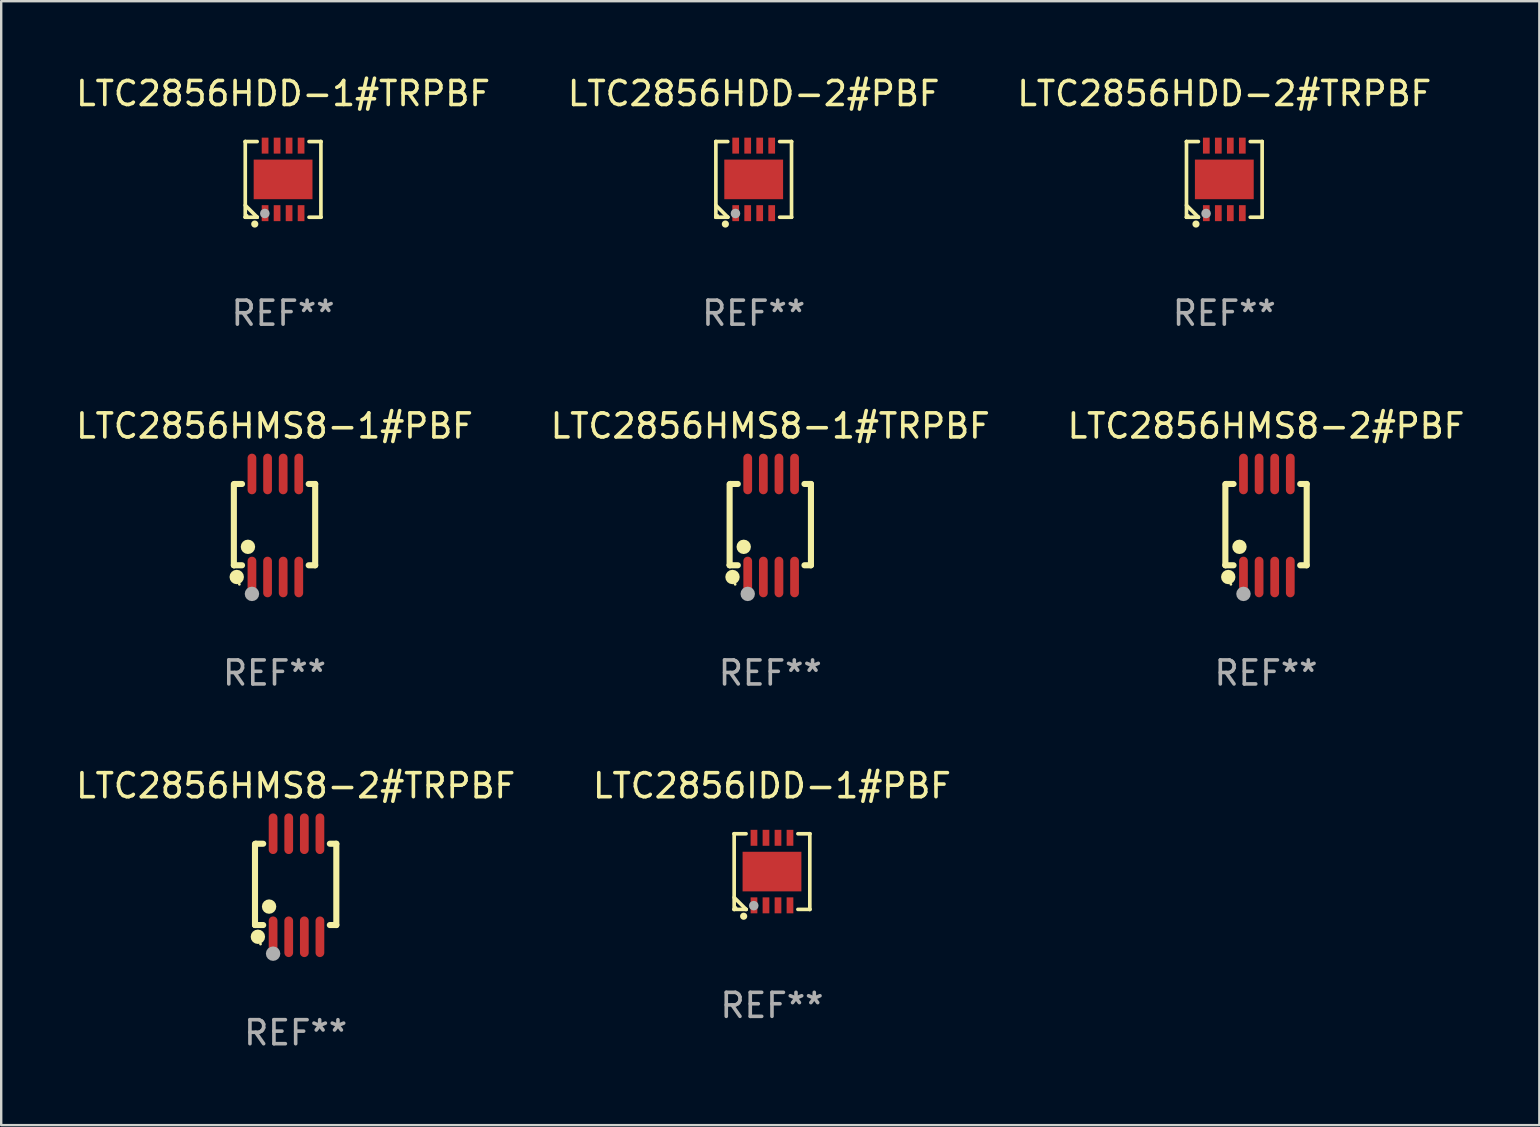
<source format=kicad_pcb>
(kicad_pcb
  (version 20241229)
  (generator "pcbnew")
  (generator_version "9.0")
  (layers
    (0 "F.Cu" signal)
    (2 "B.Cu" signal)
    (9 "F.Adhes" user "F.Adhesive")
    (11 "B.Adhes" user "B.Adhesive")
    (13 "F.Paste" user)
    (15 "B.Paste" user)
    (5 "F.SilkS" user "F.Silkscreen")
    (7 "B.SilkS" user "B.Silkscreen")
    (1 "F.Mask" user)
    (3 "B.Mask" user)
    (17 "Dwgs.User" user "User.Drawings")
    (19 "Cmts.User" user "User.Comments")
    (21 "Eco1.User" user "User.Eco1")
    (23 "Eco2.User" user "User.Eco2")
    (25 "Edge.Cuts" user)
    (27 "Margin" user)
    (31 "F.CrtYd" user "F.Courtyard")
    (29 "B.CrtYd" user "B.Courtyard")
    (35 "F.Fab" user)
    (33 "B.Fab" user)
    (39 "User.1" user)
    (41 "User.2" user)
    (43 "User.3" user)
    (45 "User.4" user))
  (footprint "LTC2856HMS8-1#TRPBF"
    (layer "F.Cu")
    (at 29.042 18.843)
    (property "Reference" "LTC2856HMS8-1#TRPBF" (at 0 -4.146 0) (layer "F.SilkS") (effects (font (size 1 1) (thickness 0.15))))
    (attr through_hole)
    (fp_line (start -1.694 -1.724) (end -1.694 1.652) (stroke (width 0.254) (type solid)) (layer "F.SilkS"))
    (fp_line (start -1.694 1.652) (end -1.688 1.658) (stroke (width 0.254) (type solid)) (layer "F.SilkS"))
    (fp_line (start -1.688 1.658) (end -1.353 1.658) (stroke (width 0.254) (type solid)) (layer "F.SilkS"))
    (fp_line (start -1.661 -1.73) (end -1.681 -1.71) (stroke (width 0.254) (type solid)) (layer "F.SilkS"))
    (fp_line (start -1.353 -1.73) (end -1.661 -1.73) (stroke (width 0.254) (type solid)) (layer "F.SilkS"))
    (fp_line (start 1.424 1.658) (end 1.694 1.658) (stroke (width 0.254) (type solid)) (layer "F.SilkS"))
    (fp_line (start 1.694 -1.73) (end 1.424 -1.73) (stroke (width 0.254) (type solid)) (layer "F.SilkS"))
    (fp_line (start 1.694 1.658) (end 1.694 -1.73) (stroke (width 0.254) (type solid)) (layer "F.SilkS"))
    (fp_circle (center -1.574 2.146) (end -1.424 2.146) (stroke (width 0.3) (type solid)) (fill no) (layer "F.SilkS"))
    (fp_circle (center -1.464 2.45) (end -1.434 2.45) (stroke (width 0.06) (type solid)) (fill no) (layer "F.SilkS"))
    (fp_circle (center -1.107 0.889) (end -0.957 0.889) (stroke (width 0.3) (type solid)) (fill no) (layer "F.SilkS"))
    (fp_circle (center -0.94 2.85) (end -0.789 2.85) (stroke (width 0.3) (type solid)) (fill no) (layer "F.Fab"))
    (fp_text user "REF**" (at 0 6.146 0) (layer "F.Fab") (effects (font (size 1 1) (thickness 0.15))))
    (pad "1" smd oval (at -0.94 2.146) (size 0.364 1.692) (layers "F.Cu" "F.Mask" "F.Paste"))
    (pad "2" smd oval (at -0.289 2.146) (size 0.364 1.692) (layers "F.Cu" "F.Mask" "F.Paste"))
    (pad "3" smd oval (at 0.361 2.146) (size 0.364 1.692) (layers "F.Cu" "F.Mask" "F.Paste"))
    (pad "4" smd oval (at 1.011 2.146) (size 0.364 1.692) (layers "F.Cu" "F.Mask" "F.Paste"))
    (pad "5" smd oval (at 1.011 -2.146) (size 0.364 1.692) (layers "F.Cu" "F.Mask" "F.Paste"))
    (pad "6" smd oval (at 0.361 -2.146) (size 0.364 1.692) (layers "F.Cu" "F.Mask" "F.Paste"))
    (pad "7" smd oval (at -0.289 -2.146) (size 0.364 1.692) (layers "F.Cu" "F.Mask" "F.Paste"))
    (pad "8" smd oval (at -0.94 -2.146) (size 0.364 1.692) (layers "F.Cu" "F.Mask" "F.Paste")))
  (footprint "LTC2856HMS8-2#TRPBF"
    (layer "F.Cu")
    (at 9.268 33.832)
    (property "Reference" "LTC2856HMS8-2#TRPBF" (at 0 -4.146 0) (layer "F.SilkS") (effects (font (size 1 1) (thickness 0.15))))
    (attr through_hole)
    (fp_line (start -1.694 -1.724) (end -1.694 1.652) (stroke (width 0.254) (type solid)) (layer "F.SilkS"))
    (fp_line (start -1.694 1.652) (end -1.688 1.658) (stroke (width 0.254) (type solid)) (layer "F.SilkS"))
    (fp_line (start -1.688 1.658) (end -1.353 1.658) (stroke (width 0.254) (type solid)) (layer "F.SilkS"))
    (fp_line (start -1.661 -1.73) (end -1.681 -1.71) (stroke (width 0.254) (type solid)) (layer "F.SilkS"))
    (fp_line (start -1.353 -1.73) (end -1.661 -1.73) (stroke (width 0.254) (type solid)) (layer "F.SilkS"))
    (fp_line (start 1.424 1.658) (end 1.694 1.658) (stroke (width 0.254) (type solid)) (layer "F.SilkS"))
    (fp_line (start 1.694 -1.73) (end 1.424 -1.73) (stroke (width 0.254) (type solid)) (layer "F.SilkS"))
    (fp_line (start 1.694 1.658) (end 1.694 -1.73) (stroke (width 0.254) (type solid)) (layer "F.SilkS"))
    (fp_circle (center -1.574 2.146) (end -1.424 2.146) (stroke (width 0.3) (type solid)) (fill no) (layer "F.SilkS"))
    (fp_circle (center -1.464 2.45) (end -1.434 2.45) (stroke (width 0.06) (type solid)) (fill no) (layer "F.SilkS"))
    (fp_circle (center -1.107 0.889) (end -0.957 0.889) (stroke (width 0.3) (type solid)) (fill no) (layer "F.SilkS"))
    (fp_circle (center -0.94 2.85) (end -0.789 2.85) (stroke (width 0.3) (type solid)) (fill no) (layer "F.Fab"))
    (fp_text user "REF**" (at 0 6.146 0) (layer "F.Fab") (effects (font (size 1 1) (thickness 0.15))))
    (pad "1" smd oval (at -0.94 2.146) (size 0.364 1.692) (layers "F.Cu" "F.Mask" "F.Paste"))
    (pad "2" smd oval (at -0.289 2.146) (size 0.364 1.692) (layers "F.Cu" "F.Mask" "F.Paste"))
    (pad "3" smd oval (at 0.361 2.146) (size 0.364 1.692) (layers "F.Cu" "F.Mask" "F.Paste"))
    (pad "4" smd oval (at 1.011 2.146) (size 0.364 1.692) (layers "F.Cu" "F.Mask" "F.Paste"))
    (pad "5" smd oval (at 1.011 -2.146) (size 0.364 1.692) (layers "F.Cu" "F.Mask" "F.Paste"))
    (pad "6" smd oval (at 0.361 -2.146) (size 0.364 1.692) (layers "F.Cu" "F.Mask" "F.Paste"))
    (pad "7" smd oval (at -0.289 -2.146) (size 0.364 1.692) (layers "F.Cu" "F.Mask" "F.Paste"))
    (pad "8" smd oval (at -0.94 -2.146) (size 0.364 1.692) (layers "F.Cu" "F.Mask" "F.Paste")))
  (footprint "LTC2856HDD-2#PBF"
    (layer "F.Cu")
    (at 28.351 4.424)
    (property "Reference" "LTC2856HDD-2#PBF" (at 0 -3.576 0) (layer "F.SilkS") (effects (font (size 1 1) (thickness 0.15))))
    (attr through_hole)
    (fp_line (start -1.576 -1.576) (end -1.576 -1.576) (stroke (width 0.152) (type solid)) (layer "F.SilkS"))
    (fp_line (start -1.576 -1.576) (end -1.08 -1.576) (stroke (width 0.152) (type solid)) (layer "F.SilkS"))
    (fp_line (start -1.576 1.576) (end -1.576 -1.576) (stroke (width 0.152) (type solid)) (layer "F.SilkS"))
    (fp_line (start -1.576 1.576) (end -1.576 1.576) (stroke (width 0.152) (type solid)) (layer "F.SilkS"))
    (fp_line (start -1.08 1.575) (end -1.576 1.079) (stroke (width 0.152) (type solid)) (layer "F.SilkS"))
    (fp_line (start -1.08 1.576) (end -1.576 1.576) (stroke (width 0.152) (type solid)) (layer "F.SilkS"))
    (fp_line (start -1.08 1.576) (end -1.08 1.575) (stroke (width 0.152) (type solid)) (layer "F.SilkS"))
    (fp_line (start 1.08 1.576) (end 1.576 1.576) (stroke (width 0.152) (type solid)) (layer "F.SilkS"))
    (fp_line (start 1.576 -1.576) (end 1.08 -1.576) (stroke (width 0.152) (type solid)) (layer "F.SilkS"))
    (fp_line (start 1.576 -1.576) (end 1.576 -1.576) (stroke (width 0.152) (type solid)) (layer "F.SilkS"))
    (fp_line (start 1.576 1.576) (end 1.576 -1.576) (stroke (width 0.152) (type solid)) (layer "F.SilkS"))
    (fp_line (start 1.576 1.576) (end 1.576 1.576) (stroke (width 0.152) (type solid)) (layer "F.SilkS"))
    (fp_circle (center -1.5 1.5) (end -1.47 1.5) (stroke (width 0.06) (type solid)) (fill no) (layer "F.SilkS"))
    (fp_circle (center -1.18 1.86) (end -1.105 1.86) (stroke (width 0.15) (type solid)) (fill no) (layer "F.SilkS"))
    (fp_circle (center -0.76 1.42) (end -0.66 1.42) (stroke (width 0.2) (type solid)) (fill no) (layer "F.Fab"))
    (fp_text user "REF**" (at 0 5.576 0) (layer "F.Fab") (effects (font (size 1 1) (thickness 0.15))))
    (pad "1" smd rect (at -0.75 1.407) (size 0.28 0.665) (layers "F.Cu" "F.Mask" "F.Paste"))
    (pad "2" smd rect (at -0.25 1.407) (size 0.28 0.665) (layers "F.Cu" "F.Mask" "F.Paste"))
    (pad "3" smd rect (at 0.25 1.407) (size 0.28 0.665) (layers "F.Cu" "F.Mask" "F.Paste"))
    (pad "4" smd rect (at 0.75 1.407) (size 0.28 0.665) (layers "F.Cu" "F.Mask" "F.Paste"))
    (pad "5" smd rect (at 0.75 -1.407) (size 0.28 0.665) (layers "F.Cu" "F.Mask" "F.Paste"))
    (pad "6" smd rect (at 0.25 -1.407) (size 0.28 0.665) (layers "F.Cu" "F.Mask" "F.Paste"))
    (pad "7" smd rect (at -0.25 -1.407) (size 0.28 0.665) (layers "F.Cu" "F.Mask" "F.Paste"))
    (pad "8" smd rect (at -0.75 -1.407) (size 0.28 0.665) (layers "F.Cu" "F.Mask" "F.Paste"))
    (pad "9" smd rect (at 0 0) (size 2.45 1.65) (layers "F.Cu" "F.Mask" "F.Paste")))
  (footprint "LTC2856IDD-1#PBF"
    (layer "F.Cu")
    (at 29.113 33.262)
    (property "Reference" "LTC2856IDD-1#PBF" (at 0 -3.576 0) (layer "F.SilkS") (effects (font (size 1 1) (thickness 0.15))))
    (attr through_hole)
    (fp_line (start -1.576 -1.576) (end -1.576 -1.576) (stroke (width 0.152) (type solid)) (layer "F.SilkS"))
    (fp_line (start -1.576 -1.576) (end -1.08 -1.576) (stroke (width 0.152) (type solid)) (layer "F.SilkS"))
    (fp_line (start -1.576 1.576) (end -1.576 -1.576) (stroke (width 0.152) (type solid)) (layer "F.SilkS"))
    (fp_line (start -1.576 1.576) (end -1.576 1.576) (stroke (width 0.152) (type solid)) (layer "F.SilkS"))
    (fp_line (start -1.08 1.575) (end -1.576 1.079) (stroke (width 0.152) (type solid)) (layer "F.SilkS"))
    (fp_line (start -1.08 1.576) (end -1.576 1.576) (stroke (width 0.152) (type solid)) (layer "F.SilkS"))
    (fp_line (start -1.08 1.576) (end -1.08 1.575) (stroke (width 0.152) (type solid)) (layer "F.SilkS"))
    (fp_line (start 1.08 1.576) (end 1.576 1.576) (stroke (width 0.152) (type solid)) (layer "F.SilkS"))
    (fp_line (start 1.576 -1.576) (end 1.08 -1.576) (stroke (width 0.152) (type solid)) (layer "F.SilkS"))
    (fp_line (start 1.576 -1.576) (end 1.576 -1.576) (stroke (width 0.152) (type solid)) (layer "F.SilkS"))
    (fp_line (start 1.576 1.576) (end 1.576 -1.576) (stroke (width 0.152) (type solid)) (layer "F.SilkS"))
    (fp_line (start 1.576 1.576) (end 1.576 1.576) (stroke (width 0.152) (type solid)) (layer "F.SilkS"))
    (fp_circle (center -1.5 1.5) (end -1.47 1.5) (stroke (width 0.06) (type solid)) (fill no) (layer "F.SilkS"))
    (fp_circle (center -1.18 1.86) (end -1.105 1.86) (stroke (width 0.15) (type solid)) (fill no) (layer "F.SilkS"))
    (fp_circle (center -0.76 1.42) (end -0.66 1.42) (stroke (width 0.2) (type solid)) (fill no) (layer "F.Fab"))
    (fp_text user "REF**" (at 0 5.576 0) (layer "F.Fab") (effects (font (size 1 1) (thickness 0.15))))
    (pad "1" smd rect (at -0.75 1.407) (size 0.28 0.665) (layers "F.Cu" "F.Mask" "F.Paste"))
    (pad "2" smd rect (at -0.25 1.407) (size 0.28 0.665) (layers "F.Cu" "F.Mask" "F.Paste"))
    (pad "3" smd rect (at 0.25 1.407) (size 0.28 0.665) (layers "F.Cu" "F.Mask" "F.Paste"))
    (pad "4" smd rect (at 0.75 1.407) (size 0.28 0.665) (layers "F.Cu" "F.Mask" "F.Paste"))
    (pad "5" smd rect (at 0.75 -1.407) (size 0.28 0.665) (layers "F.Cu" "F.Mask" "F.Paste"))
    (pad "6" smd rect (at 0.25 -1.407) (size 0.28 0.665) (layers "F.Cu" "F.Mask" "F.Paste"))
    (pad "7" smd rect (at -0.25 -1.407) (size 0.28 0.665) (layers "F.Cu" "F.Mask" "F.Paste"))
    (pad "8" smd rect (at -0.75 -1.407) (size 0.28 0.665) (layers "F.Cu" "F.Mask" "F.Paste"))
    (pad "9" smd rect (at 0 0) (size 2.45 1.65) (layers "F.Cu" "F.Mask" "F.Paste")))
  (footprint "LTC2856HMS8-2#PBF"
    (layer "F.Cu")
    (at 49.696 18.843)
    (property "Reference" "LTC2856HMS8-2#PBF" (at 0 -4.146 0) (layer "F.SilkS") (effects (font (size 1 1) (thickness 0.15))))
    (attr through_hole)
    (fp_line (start -1.694 -1.724) (end -1.694 1.652) (stroke (width 0.254) (type solid)) (layer "F.SilkS"))
    (fp_line (start -1.694 1.652) (end -1.688 1.658) (stroke (width 0.254) (type solid)) (layer "F.SilkS"))
    (fp_line (start -1.688 1.658) (end -1.353 1.658) (stroke (width 0.254) (type solid)) (layer "F.SilkS"))
    (fp_line (start -1.661 -1.73) (end -1.681 -1.71) (stroke (width 0.254) (type solid)) (layer "F.SilkS"))
    (fp_line (start -1.353 -1.73) (end -1.661 -1.73) (stroke (width 0.254) (type solid)) (layer "F.SilkS"))
    (fp_line (start 1.424 1.658) (end 1.694 1.658) (stroke (width 0.254) (type solid)) (layer "F.SilkS"))
    (fp_line (start 1.694 -1.73) (end 1.424 -1.73) (stroke (width 0.254) (type solid)) (layer "F.SilkS"))
    (fp_line (start 1.694 1.658) (end 1.694 -1.73) (stroke (width 0.254) (type solid)) (layer "F.SilkS"))
    (fp_circle (center -1.574 2.146) (end -1.424 2.146) (stroke (width 0.3) (type solid)) (fill no) (layer "F.SilkS"))
    (fp_circle (center -1.464 2.45) (end -1.434 2.45) (stroke (width 0.06) (type solid)) (fill no) (layer "F.SilkS"))
    (fp_circle (center -1.107 0.889) (end -0.957 0.889) (stroke (width 0.3) (type solid)) (fill no) (layer "F.SilkS"))
    (fp_circle (center -0.94 2.85) (end -0.789 2.85) (stroke (width 0.3) (type solid)) (fill no) (layer "F.Fab"))
    (fp_text user "REF**" (at 0 6.146 0) (layer "F.Fab") (effects (font (size 1 1) (thickness 0.15))))
    (pad "1" smd oval (at -0.94 2.146) (size 0.364 1.692) (layers "F.Cu" "F.Mask" "F.Paste"))
    (pad "2" smd oval (at -0.289 2.146) (size 0.364 1.692) (layers "F.Cu" "F.Mask" "F.Paste"))
    (pad "3" smd oval (at 0.361 2.146) (size 0.364 1.692) (layers "F.Cu" "F.Mask" "F.Paste"))
    (pad "4" smd oval (at 1.011 2.146) (size 0.364 1.692) (layers "F.Cu" "F.Mask" "F.Paste"))
    (pad "5" smd oval (at 1.011 -2.146) (size 0.364 1.692) (layers "F.Cu" "F.Mask" "F.Paste"))
    (pad "6" smd oval (at 0.361 -2.146) (size 0.364 1.692) (layers "F.Cu" "F.Mask" "F.Paste"))
    (pad "7" smd oval (at -0.289 -2.146) (size 0.364 1.692) (layers "F.Cu" "F.Mask" "F.Paste"))
    (pad "8" smd oval (at -0.94 -2.146) (size 0.364 1.692) (layers "F.Cu" "F.Mask" "F.Paste")))
  (footprint "LTC2856HDD-1#TRPBF"
    (layer "F.Cu")
    (at 8.744 4.424)
    (property "Reference" "LTC2856HDD-1#TRPBF" (at 0 -3.576 0) (layer "F.SilkS") (effects (font (size 1 1) (thickness 0.15))))
    (attr through_hole)
    (fp_line (start -1.576 -1.576) (end -1.576 -1.576) (stroke (width 0.152) (type solid)) (layer "F.SilkS"))
    (fp_line (start -1.576 -1.576) (end -1.08 -1.576) (stroke (width 0.152) (type solid)) (layer "F.SilkS"))
    (fp_line (start -1.576 1.576) (end -1.576 -1.576) (stroke (width 0.152) (type solid)) (layer "F.SilkS"))
    (fp_line (start -1.576 1.576) (end -1.576 1.576) (stroke (width 0.152) (type solid)) (layer "F.SilkS"))
    (fp_line (start -1.08 1.575) (end -1.576 1.079) (stroke (width 0.152) (type solid)) (layer "F.SilkS"))
    (fp_line (start -1.08 1.576) (end -1.576 1.576) (stroke (width 0.152) (type solid)) (layer "F.SilkS"))
    (fp_line (start -1.08 1.576) (end -1.08 1.575) (stroke (width 0.152) (type solid)) (layer "F.SilkS"))
    (fp_line (start 1.08 1.576) (end 1.576 1.576) (stroke (width 0.152) (type solid)) (layer "F.SilkS"))
    (fp_line (start 1.576 -1.576) (end 1.08 -1.576) (stroke (width 0.152) (type solid)) (layer "F.SilkS"))
    (fp_line (start 1.576 -1.576) (end 1.576 -1.576) (stroke (width 0.152) (type solid)) (layer "F.SilkS"))
    (fp_line (start 1.576 1.576) (end 1.576 -1.576) (stroke (width 0.152) (type solid)) (layer "F.SilkS"))
    (fp_line (start 1.576 1.576) (end 1.576 1.576) (stroke (width 0.152) (type solid)) (layer "F.SilkS"))
    (fp_circle (center -1.5 1.5) (end -1.47 1.5) (stroke (width 0.06) (type solid)) (fill no) (layer "F.SilkS"))
    (fp_circle (center -1.18 1.86) (end -1.105 1.86) (stroke (width 0.15) (type solid)) (fill no) (layer "F.SilkS"))
    (fp_circle (center -0.76 1.42) (end -0.66 1.42) (stroke (width 0.2) (type solid)) (fill no) (layer "F.Fab"))
    (fp_text user "REF**" (at 0 5.576 0) (layer "F.Fab") (effects (font (size 1 1) (thickness 0.15))))
    (pad "1" smd rect (at -0.75 1.407) (size 0.28 0.665) (layers "F.Cu" "F.Mask" "F.Paste"))
    (pad "2" smd rect (at -0.25 1.407) (size 0.28 0.665) (layers "F.Cu" "F.Mask" "F.Paste"))
    (pad "3" smd rect (at 0.25 1.407) (size 0.28 0.665) (layers "F.Cu" "F.Mask" "F.Paste"))
    (pad "4" smd rect (at 0.75 1.407) (size 0.28 0.665) (layers "F.Cu" "F.Mask" "F.Paste"))
    (pad "5" smd rect (at 0.75 -1.407) (size 0.28 0.665) (layers "F.Cu" "F.Mask" "F.Paste"))
    (pad "6" smd rect (at 0.25 -1.407) (size 0.28 0.665) (layers "F.Cu" "F.Mask" "F.Paste"))
    (pad "7" smd rect (at -0.25 -1.407) (size 0.28 0.665) (layers "F.Cu" "F.Mask" "F.Paste"))
    (pad "8" smd rect (at -0.75 -1.407) (size 0.28 0.665) (layers "F.Cu" "F.Mask" "F.Paste"))
    (pad "9" smd rect (at 0 0) (size 2.45 1.65) (layers "F.Cu" "F.Mask" "F.Paste")))
  (footprint "LTC2856HMS8-1#PBF"
    (layer "F.Cu")
    (at 8.387 18.843)
    (property "Reference" "LTC2856HMS8-1#PBF" (at 0 -4.146 0) (layer "F.SilkS") (effects (font (size 1 1) (thickness 0.15))))
    (attr through_hole)
    (fp_line (start -1.694 -1.724) (end -1.694 1.652) (stroke (width 0.254) (type solid)) (layer "F.SilkS"))
    (fp_line (start -1.694 1.652) (end -1.688 1.658) (stroke (width 0.254) (type solid)) (layer "F.SilkS"))
    (fp_line (start -1.688 1.658) (end -1.353 1.658) (stroke (width 0.254) (type solid)) (layer "F.SilkS"))
    (fp_line (start -1.661 -1.73) (end -1.681 -1.71) (stroke (width 0.254) (type solid)) (layer "F.SilkS"))
    (fp_line (start -1.353 -1.73) (end -1.661 -1.73) (stroke (width 0.254) (type solid)) (layer "F.SilkS"))
    (fp_line (start 1.424 1.658) (end 1.694 1.658) (stroke (width 0.254) (type solid)) (layer "F.SilkS"))
    (fp_line (start 1.694 -1.73) (end 1.424 -1.73) (stroke (width 0.254) (type solid)) (layer "F.SilkS"))
    (fp_line (start 1.694 1.658) (end 1.694 -1.73) (stroke (width 0.254) (type solid)) (layer "F.SilkS"))
    (fp_circle (center -1.574 2.146) (end -1.424 2.146) (stroke (width 0.3) (type solid)) (fill no) (layer "F.SilkS"))
    (fp_circle (center -1.464 2.45) (end -1.434 2.45) (stroke (width 0.06) (type solid)) (fill no) (layer "F.SilkS"))
    (fp_circle (center -1.107 0.889) (end -0.957 0.889) (stroke (width 0.3) (type solid)) (fill no) (layer "F.SilkS"))
    (fp_circle (center -0.94 2.85) (end -0.789 2.85) (stroke (width 0.3) (type solid)) (fill no) (layer "F.Fab"))
    (fp_text user "REF**" (at 0 6.146 0) (layer "F.Fab") (effects (font (size 1 1) (thickness 0.15))))
    (pad "1" smd oval (at -0.94 2.146) (size 0.364 1.692) (layers "F.Cu" "F.Mask" "F.Paste"))
    (pad "2" smd oval (at -0.289 2.146) (size 0.364 1.692) (layers "F.Cu" "F.Mask" "F.Paste"))
    (pad "3" smd oval (at 0.361 2.146) (size 0.364 1.692) (layers "F.Cu" "F.Mask" "F.Paste"))
    (pad "4" smd oval (at 1.011 2.146) (size 0.364 1.692) (layers "F.Cu" "F.Mask" "F.Paste"))
    (pad "5" smd oval (at 1.011 -2.146) (size 0.364 1.692) (layers "F.Cu" "F.Mask" "F.Paste"))
    (pad "6" smd oval (at 0.361 -2.146) (size 0.364 1.692) (layers "F.Cu" "F.Mask" "F.Paste"))
    (pad "7" smd oval (at -0.289 -2.146) (size 0.364 1.692) (layers "F.Cu" "F.Mask" "F.Paste"))
    (pad "8" smd oval (at -0.94 -2.146) (size 0.364 1.692) (layers "F.Cu" "F.Mask" "F.Paste")))
  (footprint "LTC2856HDD-2#TRPBF"
    (layer "F.Cu")
    (at 47.958 4.424)
    (property "Reference" "LTC2856HDD-2#TRPBF" (at 0 -3.576 0) (layer "F.SilkS") (effects (font (size 1 1) (thickness 0.15))))
    (attr through_hole)
    (fp_line (start -1.576 -1.576) (end -1.576 -1.576) (stroke (width 0.152) (type solid)) (layer "F.SilkS"))
    (fp_line (start -1.576 -1.576) (end -1.08 -1.576) (stroke (width 0.152) (type solid)) (layer "F.SilkS"))
    (fp_line (start -1.576 1.576) (end -1.576 -1.576) (stroke (width 0.152) (type solid)) (layer "F.SilkS"))
    (fp_line (start -1.576 1.576) (end -1.576 1.576) (stroke (width 0.152) (type solid)) (layer "F.SilkS"))
    (fp_line (start -1.08 1.575) (end -1.576 1.079) (stroke (width 0.152) (type solid)) (layer "F.SilkS"))
    (fp_line (start -1.08 1.576) (end -1.576 1.576) (stroke (width 0.152) (type solid)) (layer "F.SilkS"))
    (fp_line (start -1.08 1.576) (end -1.08 1.575) (stroke (width 0.152) (type solid)) (layer "F.SilkS"))
    (fp_line (start 1.08 1.576) (end 1.576 1.576) (stroke (width 0.152) (type solid)) (layer "F.SilkS"))
    (fp_line (start 1.576 -1.576) (end 1.08 -1.576) (stroke (width 0.152) (type solid)) (layer "F.SilkS"))
    (fp_line (start 1.576 -1.576) (end 1.576 -1.576) (stroke (width 0.152) (type solid)) (layer "F.SilkS"))
    (fp_line (start 1.576 1.576) (end 1.576 -1.576) (stroke (width 0.152) (type solid)) (layer "F.SilkS"))
    (fp_line (start 1.576 1.576) (end 1.576 1.576) (stroke (width 0.152) (type solid)) (layer "F.SilkS"))
    (fp_circle (center -1.5 1.5) (end -1.47 1.5) (stroke (width 0.06) (type solid)) (fill no) (layer "F.SilkS"))
    (fp_circle (center -1.18 1.86) (end -1.105 1.86) (stroke (width 0.15) (type solid)) (fill no) (layer "F.SilkS"))
    (fp_circle (center -0.76 1.42) (end -0.66 1.42) (stroke (width 0.2) (type solid)) (fill no) (layer "F.Fab"))
    (fp_text user "REF**" (at 0 5.576 0) (layer "F.Fab") (effects (font (size 1 1) (thickness 0.15))))
    (pad "1" smd rect (at -0.75 1.407) (size 0.28 0.665) (layers "F.Cu" "F.Mask" "F.Paste"))
    (pad "2" smd rect (at -0.25 1.407) (size 0.28 0.665) (layers "F.Cu" "F.Mask" "F.Paste"))
    (pad "3" smd rect (at 0.25 1.407) (size 0.28 0.665) (layers "F.Cu" "F.Mask" "F.Paste"))
    (pad "4" smd rect (at 0.75 1.407) (size 0.28 0.665) (layers "F.Cu" "F.Mask" "F.Paste"))
    (pad "5" smd rect (at 0.75 -1.407) (size 0.28 0.665) (layers "F.Cu" "F.Mask" "F.Paste"))
    (pad "6" smd rect (at 0.25 -1.407) (size 0.28 0.665) (layers "F.Cu" "F.Mask" "F.Paste"))
    (pad "7" smd rect (at -0.25 -1.407) (size 0.28 0.665) (layers "F.Cu" "F.Mask" "F.Paste"))
    (pad "8" smd rect (at -0.75 -1.407) (size 0.28 0.665) (layers "F.Cu" "F.Mask" "F.Paste"))
    (pad "9" smd rect (at 0 0) (size 2.45 1.65) (layers "F.Cu" "F.Mask" "F.Paste")))
  (gr_rect
    (start -3 -3)
    (end 61.083 43.826)
    (stroke (width 0.1) (type default))
    (fill no)
    (layer "Edge.Cuts")))
</source>
